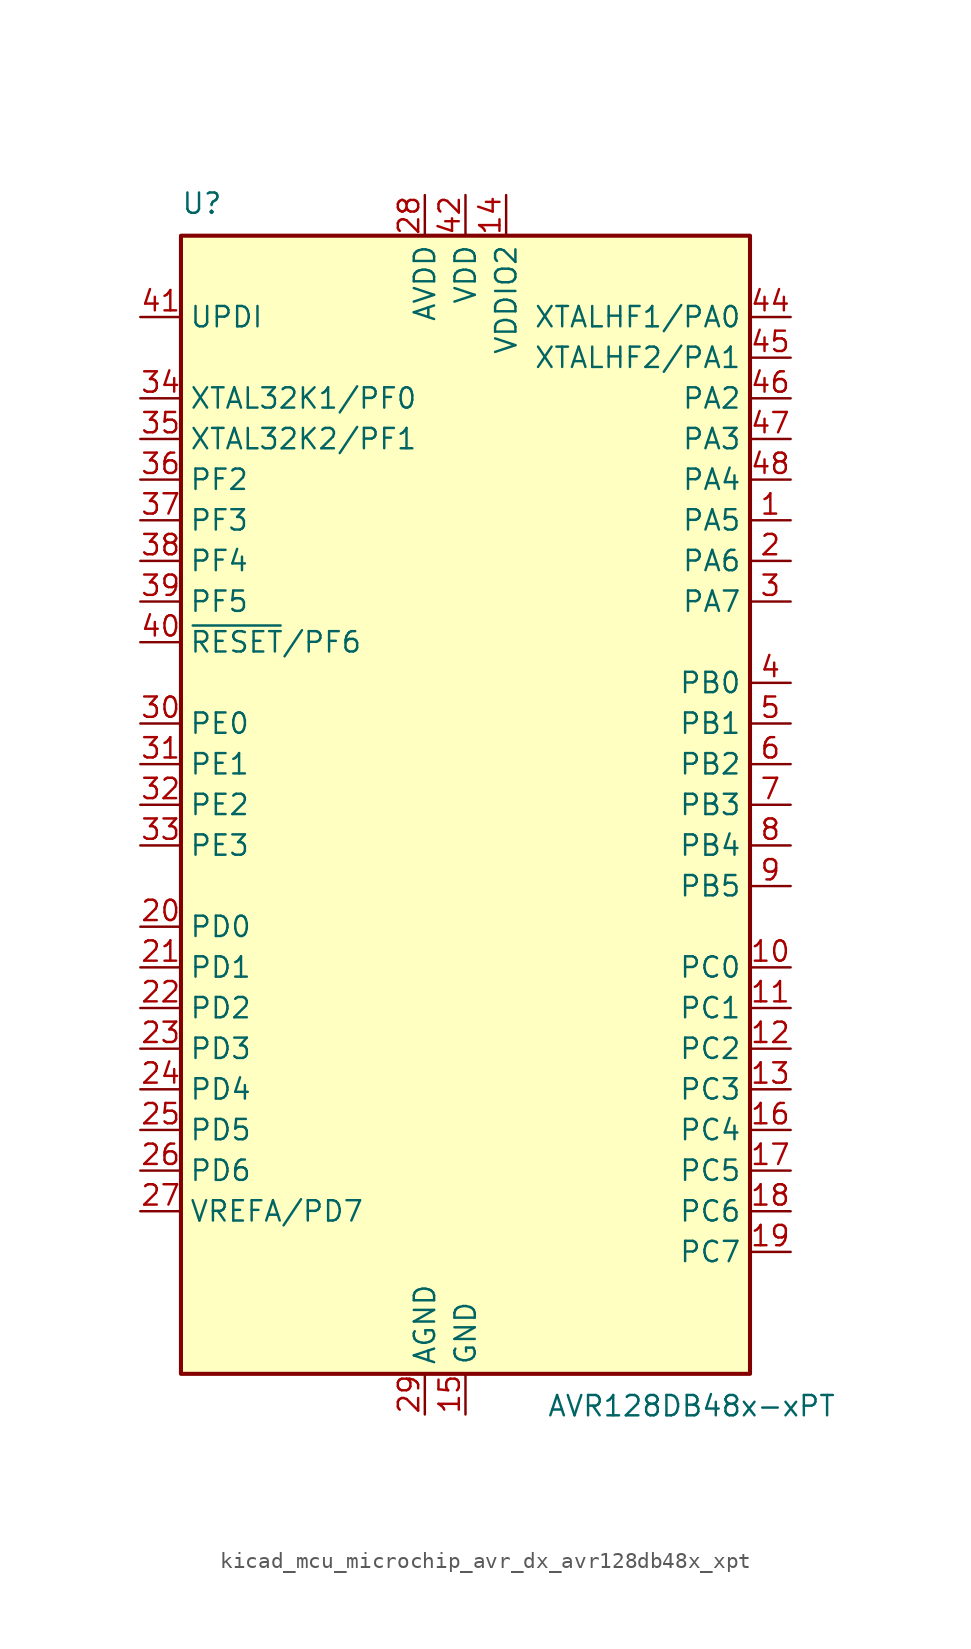
<source format=kicad_sym>
(kicad_symbol_lib
  (version 20220914)
  (generator kicad_symbol_editor)
  (symbol "kicad_mcu_microchip_avr_dx_avr128db48x_xpt"
    (property "Reference" "U"
      (at -17.78 36.83 0)
      (effects (font (size 1.27 1.27)) (justify left bottom)))
    (property "Value" "AVR128DB48x-xPT"
      (at 5.08 -36.83 0)
      (effects (font (size 1.27 1.27)) (justify left top)))
    (symbol "kicad_mcu_microchip_avr_dx_avr128db48x_xpt_0_1"
      (rectangle (start -17.78 35.56) (end 17.78 -35.56) (stroke (width 0.254) (type default)) (fill (type background))))
    (symbol "kicad_mcu_microchip_avr_dx_avr128db48x_xpt_1_1"
      (pin bidirectional line (at 20.32 17.78 180) (length 2.54) (name "PA5" (effects (font (size 1.27 1.27)))) (number "1" (effects (font (size 1.27 1.27)))))
      (pin bidirectional line (at 20.32 -10.16 180) (length 2.54) (name "PC0" (effects (font (size 1.27 1.27)))) (number "10" (effects (font (size 1.27 1.27)))))
      (pin bidirectional line (at 20.32 -12.7 180) (length 2.54) (name "PC1" (effects (font (size 1.27 1.27)))) (number "11" (effects (font (size 1.27 1.27)))))
      (pin bidirectional line (at 20.32 -15.24 180) (length 2.54) (name "PC2" (effects (font (size 1.27 1.27)))) (number "12" (effects (font (size 1.27 1.27)))))
      (pin bidirectional line (at 20.32 -17.78 180) (length 2.54) (name "PC3" (effects (font (size 1.27 1.27)))) (number "13" (effects (font (size 1.27 1.27)))))
      (pin power_in line (at 2.54 38.1 270) (length 2.54) (name "VDDIO2" (effects (font (size 1.27 1.27)))) (number "14" (effects (font (size 1.27 1.27)))))
      (pin power_in line (at 0 -38.1 90) (length 2.54) (name "GND" (effects (font (size 1.27 1.27)))) (number "15" (effects (font (size 1.27 1.27)))))
      (pin bidirectional line (at 20.32 -20.32 180) (length 2.54) (name "PC4" (effects (font (size 1.27 1.27)))) (number "16" (effects (font (size 1.27 1.27)))))
      (pin bidirectional line (at 20.32 -22.86 180) (length 2.54) (name "PC5" (effects (font (size 1.27 1.27)))) (number "17" (effects (font (size 1.27 1.27)))))
      (pin bidirectional line (at 20.32 -25.4 180) (length 2.54) (name "PC6" (effects (font (size 1.27 1.27)))) (number "18" (effects (font (size 1.27 1.27)))))
      (pin bidirectional line (at 20.32 -27.94 180) (length 2.54) (name "PC7" (effects (font (size 1.27 1.27)))) (number "19" (effects (font (size 1.27 1.27)))))
      (pin bidirectional line (at 20.32 15.24 180) (length 2.54) (name "PA6" (effects (font (size 1.27 1.27)))) (number "2" (effects (font (size 1.27 1.27)))))
      (pin bidirectional line (at -20.32 -7.62 0) (length 2.54) (name "PD0" (effects (font (size 1.27 1.27)))) (number "20" (effects (font (size 1.27 1.27)))))
      (pin bidirectional line (at -20.32 -10.16 0) (length 2.54) (name "PD1" (effects (font (size 1.27 1.27)))) (number "21" (effects (font (size 1.27 1.27)))))
      (pin bidirectional line (at -20.32 -12.7 0) (length 2.54) (name "PD2" (effects (font (size 1.27 1.27)))) (number "22" (effects (font (size 1.27 1.27)))))
      (pin bidirectional line (at -20.32 -15.24 0) (length 2.54) (name "PD3" (effects (font (size 1.27 1.27)))) (number "23" (effects (font (size 1.27 1.27)))))
      (pin bidirectional line (at -20.32 -17.78 0) (length 2.54) (name "PD4" (effects (font (size 1.27 1.27)))) (number "24" (effects (font (size 1.27 1.27)))))
      (pin bidirectional line (at -20.32 -20.32 0) (length 2.54) (name "PD5" (effects (font (size 1.27 1.27)))) (number "25" (effects (font (size 1.27 1.27)))))
      (pin bidirectional line (at -20.32 -22.86 0) (length 2.54) (name "PD6" (effects (font (size 1.27 1.27)))) (number "26" (effects (font (size 1.27 1.27)))))
      (pin bidirectional line (at -20.32 -25.4 0) (length 2.54) (name "VREFA/PD7" (effects (font (size 1.27 1.27)))) (number "27" (effects (font (size 1.27 1.27)))))
      (pin power_in line (at -2.54 38.1 270) (length 2.54) (name "AVDD" (effects (font (size 1.27 1.27)))) (number "28" (effects (font (size 1.27 1.27)))))
      (pin power_in line (at -2.54 -38.1 90) (length 2.54) (name "AGND" (effects (font (size 1.27 1.27)))) (number "29" (effects (font (size 1.27 1.27)))))
      (pin bidirectional line (at 20.32 12.7 180) (length 2.54) (name "PA7" (effects (font (size 1.27 1.27)))) (number "3" (effects (font (size 1.27 1.27)))))
      (pin bidirectional line (at -20.32 5.08 0) (length 2.54) (name "PE0" (effects (font (size 1.27 1.27)))) (number "30" (effects (font (size 1.27 1.27)))))
      (pin bidirectional line (at -20.32 2.54 0) (length 2.54) (name "PE1" (effects (font (size 1.27 1.27)))) (number "31" (effects (font (size 1.27 1.27)))))
      (pin bidirectional line (at -20.32 0 0) (length 2.54) (name "PE2" (effects (font (size 1.27 1.27)))) (number "32" (effects (font (size 1.27 1.27)))))
      (pin bidirectional line (at -20.32 -2.54 0) (length 2.54) (name "PE3" (effects (font (size 1.27 1.27)))) (number "33" (effects (font (size 1.27 1.27)))))
      (pin bidirectional line (at -20.32 25.4 0) (length 2.54) (name "XTAL32K1/PF0" (effects (font (size 1.27 1.27)))) (number "34" (effects (font (size 1.27 1.27)))))
      (pin bidirectional line (at -20.32 22.86 0) (length 2.54) (name "XTAL32K2/PF1" (effects (font (size 1.27 1.27)))) (number "35" (effects (font (size 1.27 1.27)))))
      (pin bidirectional line (at -20.32 20.32 0) (length 2.54) (name "PF2" (effects (font (size 1.27 1.27)))) (number "36" (effects (font (size 1.27 1.27)))))
      (pin bidirectional line (at -20.32 17.78 0) (length 2.54) (name "PF3" (effects (font (size 1.27 1.27)))) (number "37" (effects (font (size 1.27 1.27)))))
      (pin bidirectional line (at -20.32 15.24 0) (length 2.54) (name "PF4" (effects (font (size 1.27 1.27)))) (number "38" (effects (font (size 1.27 1.27)))))
      (pin bidirectional line (at -20.32 12.7 0) (length 2.54) (name "PF5" (effects (font (size 1.27 1.27)))) (number "39" (effects (font (size 1.27 1.27)))))
      (pin bidirectional line (at 20.32 7.62 180) (length 2.54) (name "PB0" (effects (font (size 1.27 1.27)))) (number "4" (effects (font (size 1.27 1.27)))))
      (pin bidirectional line (at -20.32 10.16 0) (length 2.54) (name "~{RESET}/PF6" (effects (font (size 1.27 1.27)))) (number "40" (effects (font (size 1.27 1.27)))))
      (pin input line (at -20.32 30.48 0) (length 2.54) (name "UPDI" (effects (font (size 1.27 1.27)))) (number "41" (effects (font (size 1.27 1.27)))))
      (pin power_in line (at 0 38.1 270) (length 2.54) (name "VDD" (effects (font (size 1.27 1.27)))) (number "42" (effects (font (size 1.27 1.27)))))
      (pin passive line (at 0 -38.1 90) (length 2.54) hide (name "GND" (effects (font (size 1.27 1.27)))) (number "43" (effects (font (size 1.27 1.27)))))
      (pin bidirectional line (at 20.32 30.48 180) (length 2.54) (name "XTALHF1/PA0" (effects (font (size 1.27 1.27)))) (number "44" (effects (font (size 1.27 1.27)))))
      (pin bidirectional line (at 20.32 27.94 180) (length 2.54) (name "XTALHF2/PA1" (effects (font (size 1.27 1.27)))) (number "45" (effects (font (size 1.27 1.27)))))
      (pin bidirectional line (at 20.32 25.4 180) (length 2.54) (name "PA2" (effects (font (size 1.27 1.27)))) (number "46" (effects (font (size 1.27 1.27)))))
      (pin bidirectional line (at 20.32 22.86 180) (length 2.54) (name "PA3" (effects (font (size 1.27 1.27)))) (number "47" (effects (font (size 1.27 1.27)))))
      (pin bidirectional line (at 20.32 20.32 180) (length 2.54) (name "PA4" (effects (font (size 1.27 1.27)))) (number "48" (effects (font (size 1.27 1.27)))))
      (pin bidirectional line (at 20.32 5.08 180) (length 2.54) (name "PB1" (effects (font (size 1.27 1.27)))) (number "5" (effects (font (size 1.27 1.27)))))
      (pin bidirectional line (at 20.32 2.54 180) (length 2.54) (name "PB2" (effects (font (size 1.27 1.27)))) (number "6" (effects (font (size 1.27 1.27)))))
      (pin bidirectional line (at 20.32 0 180) (length 2.54) (name "PB3" (effects (font (size 1.27 1.27)))) (number "7" (effects (font (size 1.27 1.27)))))
      (pin bidirectional line (at 20.32 -2.54 180) (length 2.54) (name "PB4" (effects (font (size 1.27 1.27)))) (number "8" (effects (font (size 1.27 1.27)))))
      (pin bidirectional line (at 20.32 -5.08 180) (length 2.54) (name "PB5" (effects (font (size 1.27 1.27)))) (number "9" (effects (font (size 1.27 1.27))))))))
</source>
